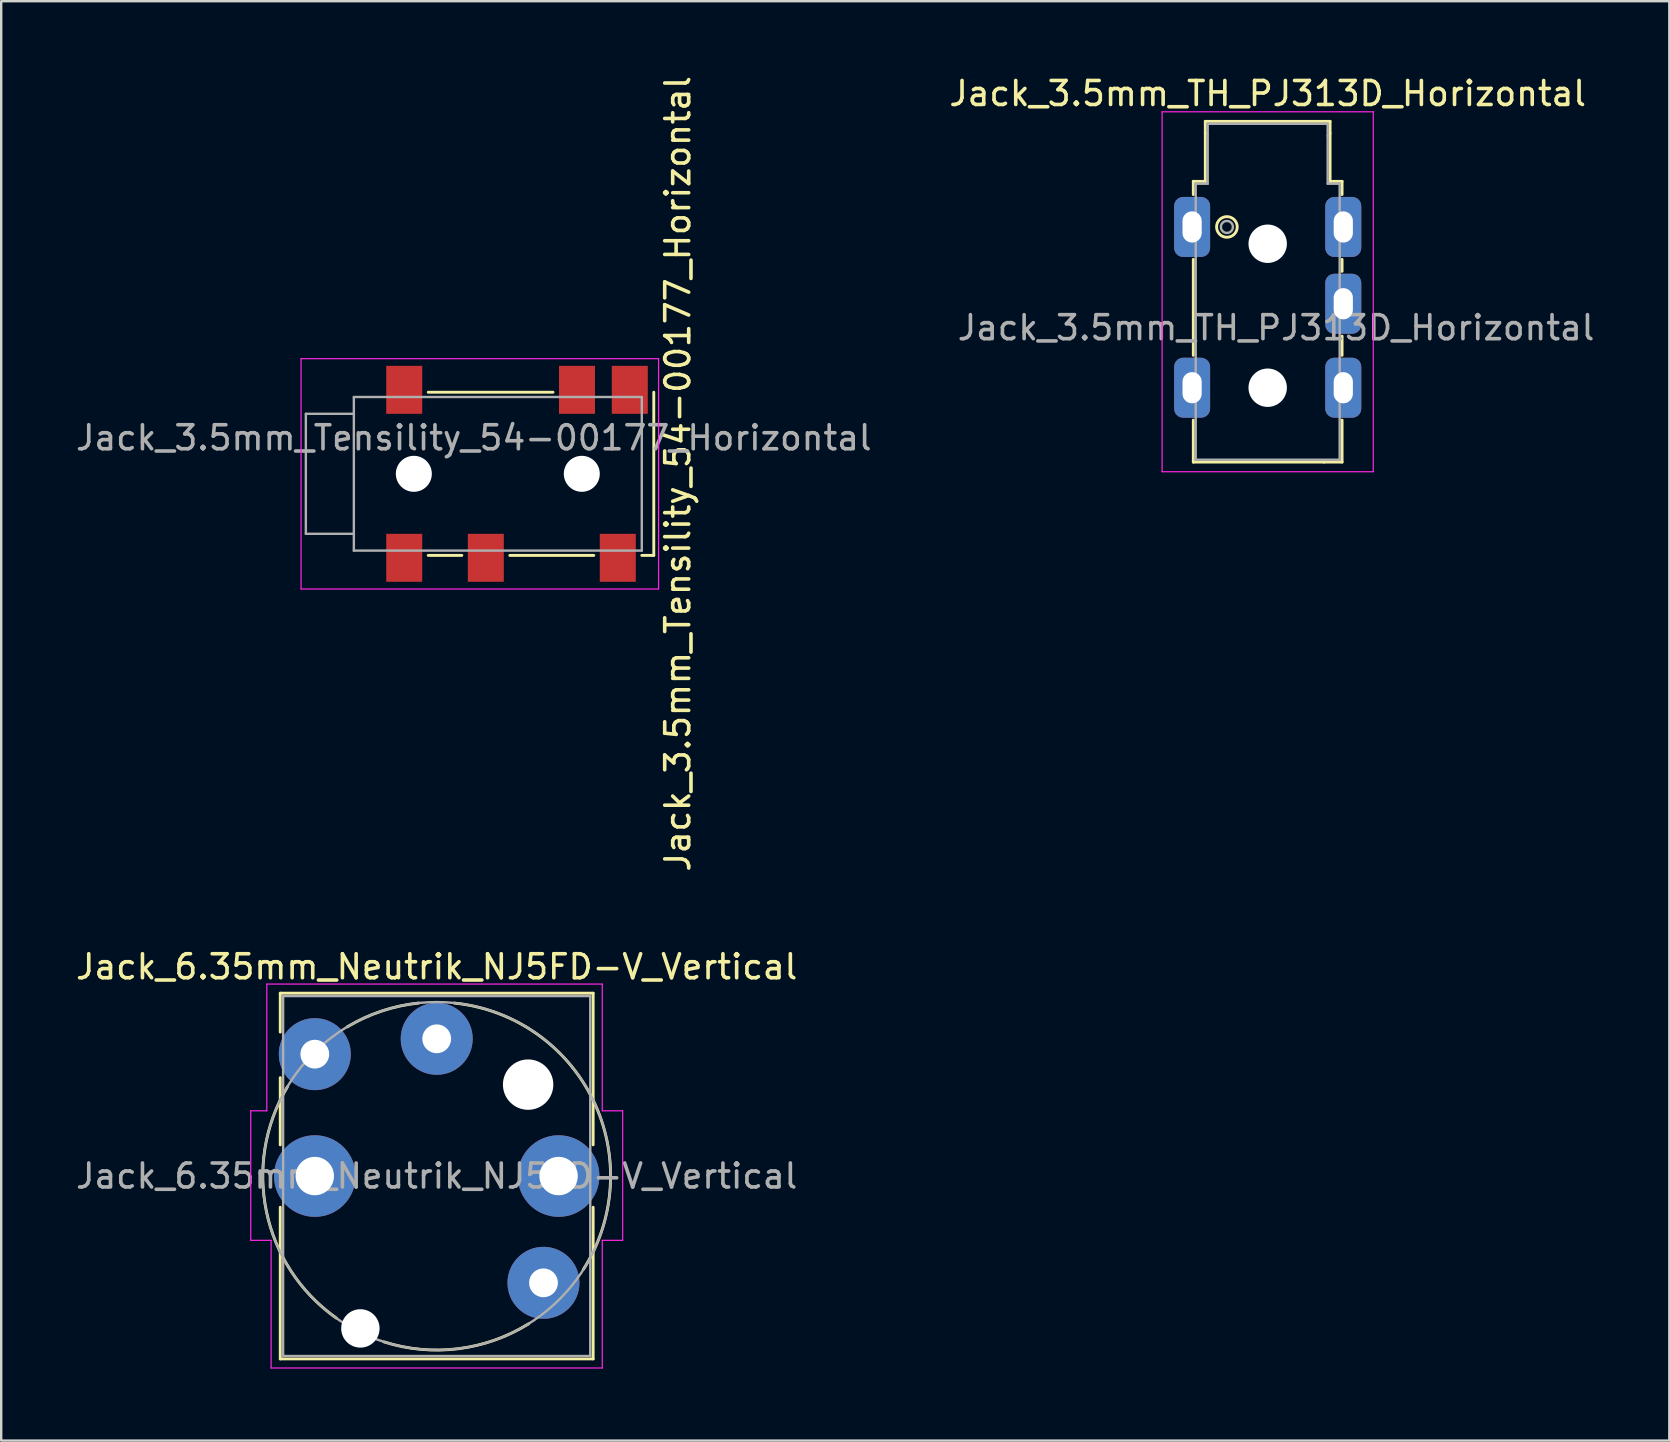
<source format=kicad_pcb>
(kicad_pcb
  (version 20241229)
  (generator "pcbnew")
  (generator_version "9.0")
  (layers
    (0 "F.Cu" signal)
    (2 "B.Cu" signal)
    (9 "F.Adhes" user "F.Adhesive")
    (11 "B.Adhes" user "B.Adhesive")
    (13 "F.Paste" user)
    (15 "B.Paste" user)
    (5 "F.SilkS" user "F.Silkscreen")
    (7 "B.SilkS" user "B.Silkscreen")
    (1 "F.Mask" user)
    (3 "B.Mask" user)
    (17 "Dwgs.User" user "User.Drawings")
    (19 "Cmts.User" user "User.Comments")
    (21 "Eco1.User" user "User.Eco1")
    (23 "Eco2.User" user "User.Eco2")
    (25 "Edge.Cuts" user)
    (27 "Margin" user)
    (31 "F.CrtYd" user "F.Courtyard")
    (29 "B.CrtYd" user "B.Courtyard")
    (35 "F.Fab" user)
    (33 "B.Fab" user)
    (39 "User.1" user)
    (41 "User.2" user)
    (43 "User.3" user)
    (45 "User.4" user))
  (footprint "Jack_6.35mm_Neutrik_NJ5FD-V_Vertical"
    (layer "F.Cu")
    (at 15.149 40.241)
    (property "Reference" "Jack_6.35mm_Neutrik_NJ5FD-V_Vertical" (at 0 -3 0) (layer "F.SilkS") (effects (font (size 1 1) (thickness 0.15))))
    (attr through_hole)
    (fp_line (start -6.52 -1.9) (end -6.52 -0.28) (stroke (width 0.12) (type solid)) (layer "F.SilkS"))
    (fp_line (start -6.52 -1.9) (end 6.52 -1.9) (stroke (width 0.12) (type solid)) (layer "F.SilkS"))
    (fp_line (start -6.52 1.62) (end -6.52 4.42) (stroke (width 0.12) (type solid)) (layer "F.SilkS"))
    (fp_line (start -6.52 7.02) (end -6.52 13.34) (stroke (width 0.12) (type solid)) (layer "F.SilkS"))
    (fp_line (start -6.52 13.34) (end 6.52 13.34) (stroke (width 0.12) (type solid)) (layer "F.SilkS"))
    (fp_line (start 6.52 -1.9) (end 6.52 4.42) (stroke (width 0.12) (type solid)) (layer "F.SilkS"))
    (fp_line (start 6.52 7.02) (end 6.52 13.34) (stroke (width 0.12) (type solid)) (layer "F.SilkS"))
    (fp_arc (start -4.186229 11.636273) (mid -7.091321 7.21665) (end -6.22 2) (stroke (width 0.12) (type solid)) (layer "F.SilkS"))
    (fp_arc (start -3.726809 -0.497515) (mid -2.292752 -1.156764) (end -0.75 -1.49) (stroke (width 0.12) (type solid)) (layer "F.SilkS"))
    (fp_arc (start 0.741615 -1.488246) (mid 6.519796 2.557554) (end 6.12 9.6) (stroke (width 0.12) (type solid)) (layer "F.SilkS"))
    (fp_arc (start 3.836366 11.873893) (mid 0.901303 12.915537) (end -2.2 12.63) (stroke (width 0.12) (type solid)) (layer "F.SilkS"))
    (fp_line (start -7.75 3) (end -7.75 8.4) (stroke (width 0.05) (type solid)) (layer "F.CrtYd"))
    (fp_line (start -7.08 -2.28) (end -7.08 3) (stroke (width 0.05) (type solid)) (layer "F.CrtYd"))
    (fp_line (start -7.08 -2.28) (end 6.9 -2.28) (stroke (width 0.05) (type solid)) (layer "F.CrtYd"))
    (fp_line (start -7.08 3) (end -7.75 3) (stroke (width 0.05) (type solid)) (layer "F.CrtYd"))
    (fp_line (start -6.9 8.4) (end -7.75 8.4) (stroke (width 0.05) (type solid)) (layer "F.CrtYd"))
    (fp_line (start -6.9 8.4) (end -6.9 13.72) (stroke (width 0.05) (type solid)) (layer "F.CrtYd"))
    (fp_line (start -6.9 13.72) (end 6.9 13.72) (stroke (width 0.05) (type solid)) (layer "F.CrtYd"))
    (fp_line (start 6.9 -2.28) (end 6.9 3) (stroke (width 0.05) (type solid)) (layer "F.CrtYd"))
    (fp_line (start 6.9 3) (end 7.75 3) (stroke (width 0.05) (type solid)) (layer "F.CrtYd"))
    (fp_line (start 6.9 8.4) (end 6.9 13.72) (stroke (width 0.05) (type solid)) (layer "F.CrtYd"))
    (fp_line (start 6.9 8.4) (end 7.75 8.4) (stroke (width 0.05) (type solid)) (layer "F.CrtYd"))
    (fp_line (start 7.75 3) (end 7.75 8.4) (stroke (width 0.05) (type solid)) (layer "F.CrtYd"))
    (fp_line (start -6.4 -1.78) (end -6.4 13.22) (stroke (width 0.1) (type solid)) (layer "F.Fab"))
    (fp_line (start -6.4 -1.78) (end 6.4 -1.78) (stroke (width 0.1) (type solid)) (layer "F.Fab"))
    (fp_line (start -6.4 13.22) (end 6.4 13.22) (stroke (width 0.1) (type solid)) (layer "F.Fab"))
    (fp_line (start 6.4 -1.78) (end 6.4 13.22) (stroke (width 0.1) (type solid)) (layer "F.Fab"))
    (fp_circle (center 0 5.72) (end -7.25 5.72) (stroke (width 0.1) (type solid)) (fill no) (layer "F.Fab"))
    (fp_text user "${REFERENCE}" (at 0 5.72 0) (layer "F.Fab") (effects (font (size 1 1) (thickness 0.15))))
    (pad "" np_thru_hole circle (at -3.18 12.07 180) (size 1.6 1.6) (drill 1.6) (layers "*.Cu" "*.Mask"))
    (pad "" np_thru_hole circle (at 3.81 1.91 180) (size 2.1 2.1) (drill 2.1) (layers "*.Cu" "*.Mask"))
    (pad "R" thru_hole circle (at 5.08 5.72 180) (size 3.4 3.4) (drill 1.6) (layers "*.Cu" "*.Mask"))
    (pad "RN" thru_hole circle (at 4.45 10.17 180) (size 3 3) (drill 1.2) (layers "*.Cu" "*.Mask"))
    (pad "S" thru_hole circle (at -5.08 5.72 180) (size 3.4 3.4) (drill 1.6) (layers "*.Cu" "*.Mask"))
    (pad "T" thru_hole circle (at 0 0 180) (size 3 3) (drill 1.2) (layers "*.Cu" "*.Mask"))
    (pad "TN" thru_hole circle (at -5.08 0.64 180) (size 3 3) (drill 1.2) (layers "*.Cu" "*.Mask")))
  (footprint "Jack_3.5mm_TH_PJ313D_Horizontal"
    (layer "F.Cu")
    (at 49.78 11.408)
    (property "Reference" "Jack_3.5mm_TH_PJ313D_Horizontal" (at 0 -10.56 0) (layer "F.SilkS") (effects (font (size 1 1) (thickness 0.15))))
    (attr through_hole)
    (fp_line (start -3.1 -6.9) (end -3.1 -6.35) (stroke (width 0.12) (type solid)) (layer "F.SilkS"))
    (fp_line (start -3.1 -6.9) (end -2.6 -6.9) (stroke (width 0.12) (type solid)) (layer "F.SilkS"))
    (fp_line (start -3.1 -3.65) (end -3.1 0.35) (stroke (width 0.12) (type solid)) (layer "F.SilkS"))
    (fp_line (start -3.1 4.8) (end -3.1 3.05) (stroke (width 0.12) (type solid)) (layer "F.SilkS"))
    (fp_line (start -2.6 -9.4) (end 2.6 -9.4) (stroke (width 0.12) (type solid)) (layer "F.SilkS"))
    (fp_line (start -2.6 -8.9) (end -2.6 -9.4) (stroke (width 0.12) (type solid)) (layer "F.SilkS"))
    (fp_line (start -2.6 -6.9) (end -2.6 -8.9) (stroke (width 0.12) (type solid)) (layer "F.SilkS"))
    (fp_line (start 2.35 4.8) (end -3.1 4.8) (stroke (width 0.12) (type solid)) (layer "F.SilkS"))
    (fp_line (start 2.35 4.8) (end 3.1 4.8) (stroke (width 0.12) (type solid)) (layer "F.SilkS"))
    (fp_line (start 2.6 -8.9) (end 2.6 -9.4) (stroke (width 0.12) (type solid)) (layer "F.SilkS"))
    (fp_line (start 2.6 -8.9) (end 2.6 -6.9) (stroke (width 0.12) (type solid)) (layer "F.SilkS"))
    (fp_line (start 2.6 -6.9) (end 3.1 -6.9) (stroke (width 0.12) (type solid)) (layer "F.SilkS"))
    (fp_line (start 3.1 -6.9) (end 3.1 -6.35) (stroke (width 0.12) (type solid)) (layer "F.SilkS"))
    (fp_line (start 3.1 -3.15) (end 3.1 -3.65) (stroke (width 0.12) (type solid)) (layer "F.SilkS"))
    (fp_line (start 3.1 0.35) (end 3.1 -0.45) (stroke (width 0.12) (type solid)) (layer "F.SilkS"))
    (fp_line (start 3.1 4.8) (end 3.1 3.05) (stroke (width 0.12) (type solid)) (layer "F.SilkS"))
    (fp_circle (center -1.7 -5) (end -1.35 -4.75) (stroke (width 0.12) (type solid)) (fill no) (layer "F.SilkS"))
    (fp_line (start -4.4 -9.8) (end -4.4 5.2) (stroke (width 0.05) (type solid)) (layer "F.CrtYd"))
    (fp_line (start -4.4 5.2) (end 4.4 5.2) (stroke (width 0.05) (type solid)) (layer "F.CrtYd"))
    (fp_line (start 4.4 -9.8) (end -4.4 -9.8) (stroke (width 0.05) (type solid)) (layer "F.CrtYd"))
    (fp_line (start 4.4 5.2) (end 4.4 -9.8) (stroke (width 0.05) (type solid)) (layer "F.CrtYd"))
    (fp_line (start -3 -6.8) (end -3 4.7) (stroke (width 0.1) (type solid)) (layer "F.Fab"))
    (fp_line (start -3 4.7) (end 3 4.7) (stroke (width 0.1) (type solid)) (layer "F.Fab"))
    (fp_line (start -2.5 -8.8) (end -2.5 -9.3) (stroke (width 0.1) (type solid)) (layer "F.Fab"))
    (fp_line (start -2.5 -8.8) (end -2.5 -6.8) (stroke (width 0.1) (type solid)) (layer "F.Fab"))
    (fp_line (start -2.5 -6.8) (end -3 -6.8) (stroke (width 0.1) (type solid)) (layer "F.Fab"))
    (fp_line (start 2.5 -9.3) (end -2.5 -9.3) (stroke (width 0.1) (type solid)) (layer "F.Fab"))
    (fp_line (start 2.5 -8.8) (end 2.5 -9.3) (stroke (width 0.1) (type solid)) (layer "F.Fab"))
    (fp_line (start 2.5 -6.8) (end 2.5 -8.8) (stroke (width 0.1) (type solid)) (layer "F.Fab"))
    (fp_line (start 3 -6.8) (end 2.5 -6.8) (stroke (width 0.1) (type solid)) (layer "F.Fab"))
    (fp_line (start 3 4.7) (end 3 -6.8) (stroke (width 0.1) (type solid)) (layer "F.Fab"))
    (fp_circle (center -1.7 -5) (end -1.45 -5) (stroke (width 0.1) (type solid)) (fill no) (layer "F.Fab"))
    (fp_text user "${REFERENCE}" (at 0.35 -0.8 0) (layer "F.Fab") (effects (font (size 1 1) (thickness 0.15))))
    (pad "" np_thru_hole circle (at 0 -4.3) (size 1.6 1.6) (drill 1.6) (layers "*.Cu" "*.Mask"))
    (pad "" np_thru_hole circle (at 0 1.7) (size 1.6 1.6) (drill 1.6) (layers "*.Cu" "*.Mask"))
    (pad "R" thru_hole roundrect (at 3.15 -1.8) (size 1.5 2.5) (drill oval 0.8 1.3) (layers "*.Cu" "*.Mask") (roundrect_rratio 0.25))
    (pad "S" thru_hole roundrect (at -3.15 -5) (size 1.5 2.5) (drill oval 0.8 1.3) (layers "*.Cu" "*.Mask") (roundrect_rratio 0.25))
    (pad "S" thru_hole roundrect (at 3.15 -5) (size 1.5 2.5) (drill oval 0.8 1.3) (layers "*.Cu" "*.Mask") (roundrect_rratio 0.25))
    (pad "T" thru_hole roundrect (at -3.15 1.7) (size 1.5 2.5) (drill oval 0.8 1.3) (layers "*.Cu" "*.Mask") (roundrect_rratio 0.25))
    (pad "T" thru_hole roundrect (at 3.15 1.7) (size 1.5 2.5) (drill oval 0.8 1.3) (layers "*.Cu" "*.Mask") (roundrect_rratio 0.25)))
  (footprint "Jack_3.5mm_Tensility_54-00177_Horizontal"
    (layer "F.Cu")
    (at 16.696 16.696)
    (property "Reference" "Jack_3.5mm_Tensility_54-00177_Horizontal" (at 8.5 0 90) (unlocked yes) (layer "F.SilkS") (effects (font (size 1 1) (thickness 0.15))))
    (attr smd)
    (fp_line (start -1.9 -3.4) (end 3.3 -3.4) (stroke (width 0.12) (type default)) (layer "F.SilkS"))
    (fp_line (start -1.9 3.4) (end -0.5 3.4) (stroke (width 0.12) (type default)) (layer "F.SilkS"))
    (fp_line (start 1.5 3.4) (end 5 3.4) (stroke (width 0.12) (type default)) (layer "F.SilkS"))
    (fp_line (start 7.5 -3.4) (end 7.5 3.4) (stroke (width 0.12) (type default)) (layer "F.SilkS"))
    (fp_line (start 7.5 3.4) (end 7 3.4) (stroke (width 0.12) (type default)) (layer "F.SilkS"))
    (fp_line (start -7.2 -4.8) (end -7.2 4.8) (stroke (width 0.05) (type default)) (layer "F.CrtYd"))
    (fp_line (start -7.2 4.8) (end 7.7 4.8) (stroke (width 0.05) (type default)) (layer "F.CrtYd"))
    (fp_line (start 7.7 -4.8) (end -7.2 -4.8) (stroke (width 0.05) (type default)) (layer "F.CrtYd"))
    (fp_line (start 7.7 -4.8) (end 7.7 4.8) (stroke (width 0.05) (type default)) (layer "F.CrtYd"))
    (fp_line (start -7 -2.5) (end -7 2.5) (stroke (width 0.1) (type default)) (layer "F.Fab"))
    (fp_line (start -7 2.5) (end -5 2.5) (stroke (width 0.1) (type default)) (layer "F.Fab"))
    (fp_line (start -5 -3.2) (end 7 -3.2) (stroke (width 0.1) (type default)) (layer "F.Fab"))
    (fp_line (start -5 -2.5) (end -7 -2.5) (stroke (width 0.1) (type default)) (layer "F.Fab"))
    (fp_line (start -5 3.2) (end -5 -3.2) (stroke (width 0.1) (type default)) (layer "F.Fab"))
    (fp_line (start 7 -3.2) (end 7 3.2) (stroke (width 0.1) (type default)) (layer "F.Fab"))
    (fp_line (start 7 3.2) (end -5 3.2) (stroke (width 0.1) (type default)) (layer "F.Fab"))
    (fp_text user "${REFERENCE}" (at 0 -1.5 0) (unlocked yes) (layer "F.Fab") (effects (font (size 1 1) (thickness 0.15))))
    (pad "" np_thru_hole circle (at -2.5 0) (size 1.5 1.5) (drill 1.5) (layers "*.Cu" "*.Mask"))
    (pad "" np_thru_hole circle (at 4.5 0) (size 1.5 1.5) (drill 1.5) (layers "*.Cu" "*.Mask"))
    (pad "R1" smd rect (at 0.5 3.5) (size 1.5 2) (layers "F.Cu" "F.Mask" "F.Paste"))
    (pad "R1N" smd rect (at 6 3.5) (size 1.5 2) (layers "F.Cu" "F.Mask" "F.Paste"))
    (pad "R2" smd rect (at -2.9 -3.5) (size 1.5 2) (layers "F.Cu" "F.Mask" "F.Paste"))
    (pad "S" smd rect (at -2.9 3.5) (size 1.5 2) (layers "F.Cu" "F.Mask" "F.Paste"))
    (pad "T" smd rect (at 4.3 -3.5) (size 1.5 2) (layers "F.Cu" "F.Mask" "F.Paste"))
    (pad "TN" smd rect (at 6.5 -3.5) (size 1.5 2) (layers "F.Cu" "F.Mask" "F.Paste")))
  (gr_rect
    (start -3 -3)
    (end 66.517 56.986)
    (stroke (width 0.1) (type default))
    (fill no)
    (layer "Edge.Cuts")))
</source>
